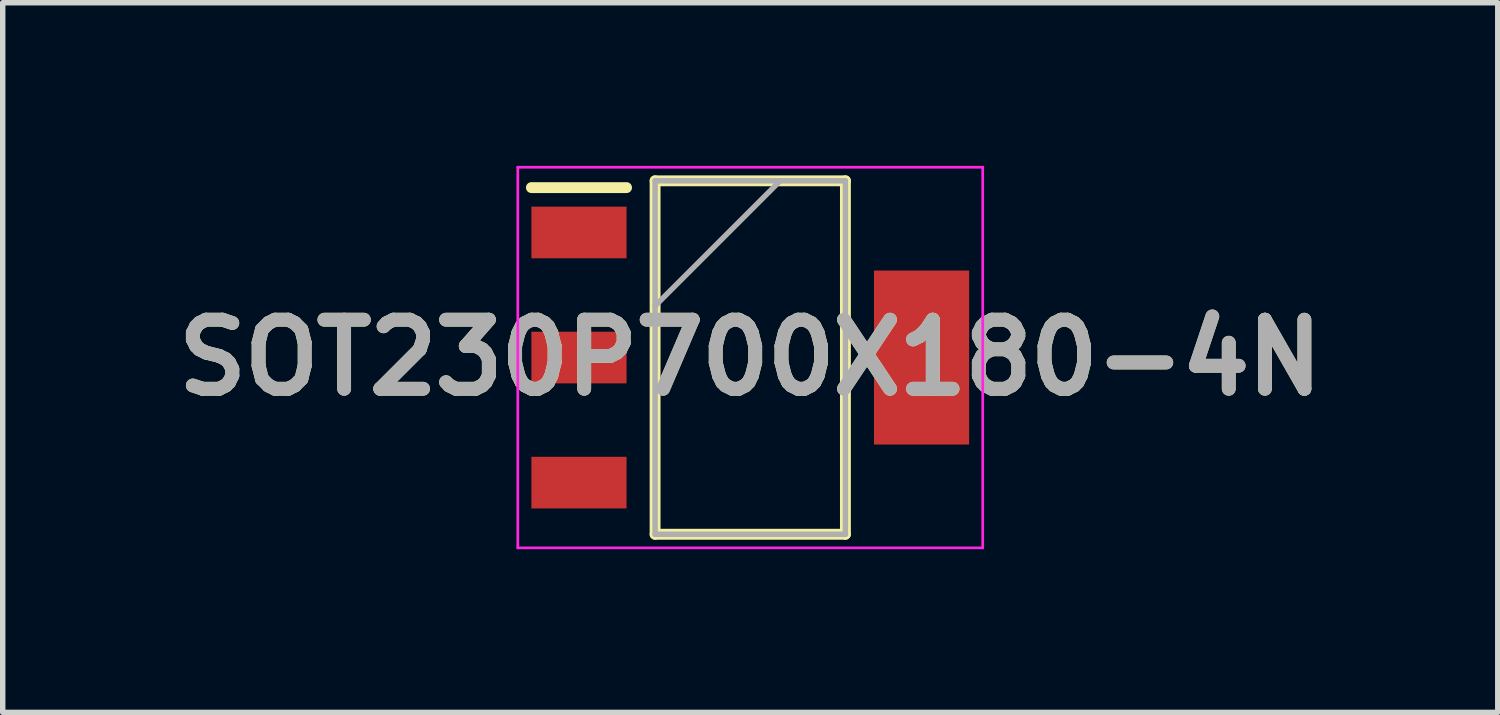
<source format=kicad_pcb>
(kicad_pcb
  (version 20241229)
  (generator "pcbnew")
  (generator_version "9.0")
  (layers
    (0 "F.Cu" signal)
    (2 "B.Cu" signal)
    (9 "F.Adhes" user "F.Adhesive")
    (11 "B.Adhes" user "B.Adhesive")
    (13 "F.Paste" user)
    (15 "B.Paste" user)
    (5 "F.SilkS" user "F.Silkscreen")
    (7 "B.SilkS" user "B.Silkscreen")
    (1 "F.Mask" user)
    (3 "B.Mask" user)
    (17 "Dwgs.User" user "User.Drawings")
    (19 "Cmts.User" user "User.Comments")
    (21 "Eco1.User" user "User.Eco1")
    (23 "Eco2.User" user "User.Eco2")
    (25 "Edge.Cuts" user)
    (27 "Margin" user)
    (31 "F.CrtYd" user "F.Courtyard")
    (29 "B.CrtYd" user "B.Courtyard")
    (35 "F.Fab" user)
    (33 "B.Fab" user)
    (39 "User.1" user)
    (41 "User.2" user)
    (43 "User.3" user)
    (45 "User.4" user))
  (footprint "SOT230P700X180-4N"
    (layer "F.Cu")
    (at 10.747 3.525)
    (property "Reference" "SOT230P700X180-4N" (at 0 0 0) (layer "F.SilkS") (effects (font (size 1.27 1.27) (thickness 0.254))))
    (attr smd)
    (fp_line (start -4.025 -3.125) (end -2.275 -3.125) (stroke (width 0.2) (type solid)) (layer "F.SilkS"))
    (fp_line (start -1.75 -3.25) (end 1.75 -3.25) (stroke (width 0.2) (type solid)) (layer "F.SilkS"))
    (fp_line (start -1.75 3.25) (end -1.75 -3.25) (stroke (width 0.2) (type solid)) (layer "F.SilkS"))
    (fp_line (start 1.75 -3.25) (end 1.75 3.25) (stroke (width 0.2) (type solid)) (layer "F.SilkS"))
    (fp_line (start 1.75 3.25) (end -1.75 3.25) (stroke (width 0.2) (type solid)) (layer "F.SilkS"))
    (fp_line (start -4.275 -3.5) (end 4.275 -3.5) (stroke (width 0.05) (type solid)) (layer "F.CrtYd"))
    (fp_line (start -4.275 3.5) (end -4.275 -3.5) (stroke (width 0.05) (type solid)) (layer "F.CrtYd"))
    (fp_line (start 4.275 -3.5) (end 4.275 3.5) (stroke (width 0.05) (type solid)) (layer "F.CrtYd"))
    (fp_line (start 4.275 3.5) (end -4.275 3.5) (stroke (width 0.05) (type solid)) (layer "F.CrtYd"))
    (fp_line (start -1.75 -3.25) (end 1.75 -3.25) (stroke (width 0.1) (type solid)) (layer "F.Fab"))
    (fp_line (start -1.75 -0.95) (end 0.55 -3.25) (stroke (width 0.1) (type solid)) (layer "F.Fab"))
    (fp_line (start -1.75 3.25) (end -1.75 -3.25) (stroke (width 0.1) (type solid)) (layer "F.Fab"))
    (fp_line (start 1.75 -3.25) (end 1.75 3.25) (stroke (width 0.1) (type solid)) (layer "F.Fab"))
    (fp_line (start 1.75 3.25) (end -1.75 3.25) (stroke (width 0.1) (type solid)) (layer "F.Fab"))
    (fp_text user "${REFERENCE}" (at 0 0 0) (layer "F.Fab") (effects (font (size 1.27 1.27) (thickness 0.254))))
    (pad "1" smd rect (at -3.15 -2.3 90) (size 0.95 1.75) (layers "F.Cu" "F.Mask" "F.Paste"))
    (pad "2" smd rect (at -3.15 0 90) (size 0.95 1.75) (layers "F.Cu" "F.Mask" "F.Paste"))
    (pad "3" smd rect (at -3.15 2.3 90) (size 0.95 1.75) (layers "F.Cu" "F.Mask" "F.Paste"))
    (pad "4" smd rect (at 3.15 0) (size 1.75 3.2) (layers "F.Cu" "F.Mask" "F.Paste")))
  (gr_rect
    (start -3 -3)
    (end 24.493 10.05)
    (stroke (width 0.1) (type default))
    (fill no)
    (layer "Edge.Cuts")))
</source>
